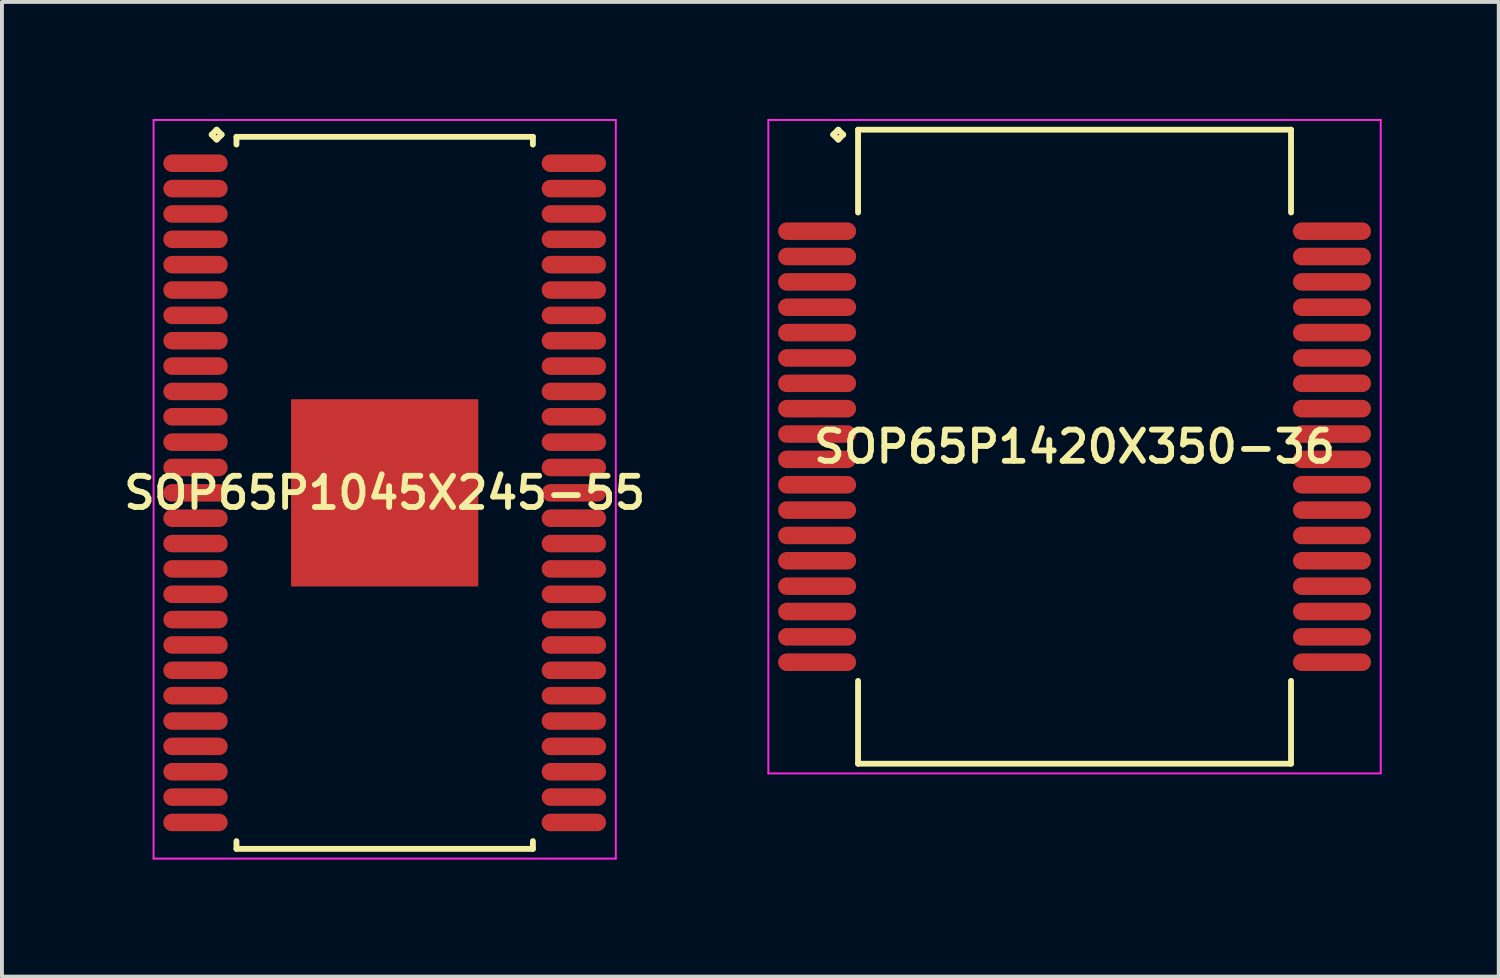
<source format=kicad_pcb>
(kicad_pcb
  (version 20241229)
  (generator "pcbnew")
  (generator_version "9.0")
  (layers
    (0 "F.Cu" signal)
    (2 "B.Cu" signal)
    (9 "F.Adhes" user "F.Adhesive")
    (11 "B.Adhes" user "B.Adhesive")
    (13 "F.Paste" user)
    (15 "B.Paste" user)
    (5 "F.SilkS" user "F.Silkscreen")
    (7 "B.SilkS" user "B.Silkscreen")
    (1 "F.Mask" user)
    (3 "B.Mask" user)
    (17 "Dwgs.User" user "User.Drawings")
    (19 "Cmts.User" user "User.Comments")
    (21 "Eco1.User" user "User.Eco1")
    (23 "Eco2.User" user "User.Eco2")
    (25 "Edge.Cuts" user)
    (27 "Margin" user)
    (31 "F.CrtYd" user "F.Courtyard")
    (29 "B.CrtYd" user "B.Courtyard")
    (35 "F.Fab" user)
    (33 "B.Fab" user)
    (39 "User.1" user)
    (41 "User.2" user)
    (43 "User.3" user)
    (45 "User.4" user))
  (footprint "SOP65P1420X350-36"
    (layer "F.Cu")
    (at 24.498 8.402)
    (property "Reference" "SOP65P1420X350-36" (at 0 0 0) (layer "F.SilkS") (effects (font (size 0.8 0.8) (thickness 0.15))))
    (attr smd)
    (fp_line (start -6.185 -8) (end -6.058 -8.127) (stroke (width 0.15) (type solid)) (layer "F.SilkS"))
    (fp_line (start -6.058 -8.127) (end -5.931 -8) (stroke (width 0.15) (type solid)) (layer "F.SilkS"))
    (fp_line (start -6.058 -7.873) (end -6.185 -8) (stroke (width 0.15) (type solid)) (layer "F.SilkS"))
    (fp_line (start -5.931 -8) (end -6.058 -7.873) (stroke (width 0.15) (type solid)) (layer "F.SilkS"))
    (fp_line (start -5.55 -8.127) (end 5.55 -8.127) (stroke (width 0.15) (type solid)) (layer "F.SilkS"))
    (fp_line (start -5.55 -6.004) (end -5.55 -8.127) (stroke (width 0.15) (type solid)) (layer "F.SilkS"))
    (fp_line (start -5.55 6.004) (end -5.55 8.127) (stroke (width 0.15) (type solid)) (layer "F.SilkS"))
    (fp_line (start -5.55 8.127) (end 5.55 8.127) (stroke (width 0.15) (type solid)) (layer "F.SilkS"))
    (fp_line (start 5.55 -8.127) (end 5.55 -6.004) (stroke (width 0.15) (type solid)) (layer "F.SilkS"))
    (fp_line (start 5.55 8.127) (end 5.55 6.004) (stroke (width 0.15) (type solid)) (layer "F.SilkS"))
    (fp_line (start -7.85 -8.377) (end 7.85 -8.377) (stroke (width 0.05) (type solid)) (layer "F.CrtYd"))
    (fp_line (start -7.85 8.377) (end -7.85 -8.377) (stroke (width 0.05) (type solid)) (layer "F.CrtYd"))
    (fp_line (start 7.85 -8.377) (end 7.85 8.377) (stroke (width 0.05) (type solid)) (layer "F.CrtYd"))
    (fp_line (start 7.85 8.377) (end -7.85 8.377) (stroke (width 0.05) (type solid)) (layer "F.CrtYd"))
    (pad "1" smd oval (at -6.6 -5.525) (size 2 0.45) (layers "F.Cu" "F.Mask" "F.Paste"))
    (pad "2" smd oval (at -6.6 -4.875) (size 2 0.45) (layers "F.Cu" "F.Mask" "F.Paste"))
    (pad "3" smd oval (at -6.6 -4.225) (size 2 0.45) (layers "F.Cu" "F.Mask" "F.Paste"))
    (pad "4" smd oval (at -6.6 -3.575) (size 2 0.45) (layers "F.Cu" "F.Mask" "F.Paste"))
    (pad "5" smd oval (at -6.6 -2.925) (size 2 0.45) (layers "F.Cu" "F.Mask" "F.Paste"))
    (pad "6" smd oval (at -6.6 -2.275) (size 2 0.45) (layers "F.Cu" "F.Mask" "F.Paste"))
    (pad "7" smd oval (at -6.6 -1.625) (size 2 0.45) (layers "F.Cu" "F.Mask" "F.Paste"))
    (pad "8" smd oval (at -6.6 -0.975) (size 2 0.45) (layers "F.Cu" "F.Mask" "F.Paste"))
    (pad "9" smd oval (at -6.6 -0.325) (size 2 0.45) (layers "F.Cu" "F.Mask" "F.Paste"))
    (pad "10" smd oval (at -6.6 0.325) (size 2 0.45) (layers "F.Cu" "F.Mask" "F.Paste"))
    (pad "11" smd oval (at -6.6 0.975) (size 2 0.45) (layers "F.Cu" "F.Mask" "F.Paste"))
    (pad "12" smd oval (at -6.6 1.625) (size 2 0.45) (layers "F.Cu" "F.Mask" "F.Paste"))
    (pad "13" smd oval (at -6.6 2.275) (size 2 0.45) (layers "F.Cu" "F.Mask" "F.Paste"))
    (pad "14" smd oval (at -6.6 2.925) (size 2 0.45) (layers "F.Cu" "F.Mask" "F.Paste"))
    (pad "15" smd oval (at -6.6 3.575) (size 2 0.45) (layers "F.Cu" "F.Mask" "F.Paste"))
    (pad "16" smd oval (at -6.6 4.225) (size 2 0.45) (layers "F.Cu" "F.Mask" "F.Paste"))
    (pad "17" smd oval (at -6.6 4.875) (size 2 0.45) (layers "F.Cu" "F.Mask" "F.Paste"))
    (pad "18" smd oval (at -6.6 5.525) (size 2 0.45) (layers "F.Cu" "F.Mask" "F.Paste"))
    (pad "19" smd oval (at 6.6 5.525) (size 2 0.45) (layers "F.Cu" "F.Mask" "F.Paste"))
    (pad "20" smd oval (at 6.6 4.875) (size 2 0.45) (layers "F.Cu" "F.Mask" "F.Paste"))
    (pad "21" smd oval (at 6.6 4.225) (size 2 0.45) (layers "F.Cu" "F.Mask" "F.Paste"))
    (pad "22" smd oval (at 6.6 3.575) (size 2 0.45) (layers "F.Cu" "F.Mask" "F.Paste"))
    (pad "23" smd oval (at 6.6 2.925) (size 2 0.45) (layers "F.Cu" "F.Mask" "F.Paste"))
    (pad "24" smd oval (at 6.6 2.275) (size 2 0.45) (layers "F.Cu" "F.Mask" "F.Paste"))
    (pad "25" smd oval (at 6.6 1.625) (size 2 0.45) (layers "F.Cu" "F.Mask" "F.Paste"))
    (pad "26" smd oval (at 6.6 0.975) (size 2 0.45) (layers "F.Cu" "F.Mask" "F.Paste"))
    (pad "27" smd oval (at 6.6 0.325) (size 2 0.45) (layers "F.Cu" "F.Mask" "F.Paste"))
    (pad "28" smd oval (at 6.6 -0.325) (size 2 0.45) (layers "F.Cu" "F.Mask" "F.Paste"))
    (pad "29" smd oval (at 6.6 -0.975) (size 2 0.45) (layers "F.Cu" "F.Mask" "F.Paste"))
    (pad "30" smd oval (at 6.6 -1.625) (size 2 0.45) (layers "F.Cu" "F.Mask" "F.Paste"))
    (pad "31" smd oval (at 6.6 -2.275) (size 2 0.45) (layers "F.Cu" "F.Mask" "F.Paste"))
    (pad "32" smd oval (at 6.6 -2.925) (size 2 0.45) (layers "F.Cu" "F.Mask" "F.Paste"))
    (pad "33" smd oval (at 6.6 -3.575) (size 2 0.45) (layers "F.Cu" "F.Mask" "F.Paste"))
    (pad "34" smd oval (at 6.6 -4.225) (size 2 0.45) (layers "F.Cu" "F.Mask" "F.Paste"))
    (pad "35" smd oval (at 6.6 -4.875) (size 2 0.45) (layers "F.Cu" "F.Mask" "F.Paste"))
    (pad "36" smd oval (at 6.6 -5.525) (size 2 0.45) (layers "F.Cu" "F.Mask" "F.Paste")))
  (footprint "SOP65P1045X245-55"
    (layer "F.Cu")
    (at 6.812 9.585)
    (property "Reference" "SOP65P1045X245-55" (at 0 0 0) (layer "F.SilkS") (effects (font (size 0.8 0.8) (thickness 0.15))))
    (attr smd)
    (fp_line (start -4.435 -9.183) (end -4.308 -9.31) (stroke (width 0.15) (type solid)) (layer "F.SilkS"))
    (fp_line (start -4.308 -9.31) (end -4.181 -9.183) (stroke (width 0.15) (type solid)) (layer "F.SilkS"))
    (fp_line (start -4.308 -9.056) (end -4.435 -9.183) (stroke (width 0.15) (type solid)) (layer "F.SilkS"))
    (fp_line (start -4.181 -9.183) (end -4.308 -9.056) (stroke (width 0.15) (type solid)) (layer "F.SilkS"))
    (fp_line (start -3.8 -9.127) (end 3.8 -9.127) (stroke (width 0.15) (type solid)) (layer "F.SilkS"))
    (fp_line (start -3.8 -8.929) (end -3.8 -9.127) (stroke (width 0.15) (type solid)) (layer "F.SilkS"))
    (fp_line (start -3.8 8.929) (end -3.8 9.127) (stroke (width 0.15) (type solid)) (layer "F.SilkS"))
    (fp_line (start -3.8 9.127) (end 3.8 9.127) (stroke (width 0.15) (type solid)) (layer "F.SilkS"))
    (fp_line (start 3.8 -9.127) (end 3.8 -8.929) (stroke (width 0.15) (type solid)) (layer "F.SilkS"))
    (fp_line (start 3.8 9.127) (end 3.8 8.929) (stroke (width 0.15) (type solid)) (layer "F.SilkS"))
    (fp_line (start -5.925 -9.56) (end 5.925 -9.56) (stroke (width 0.05) (type solid)) (layer "F.CrtYd"))
    (fp_line (start -5.925 9.377) (end -5.925 -9.56) (stroke (width 0.05) (type solid)) (layer "F.CrtYd"))
    (fp_line (start 5.925 -9.56) (end 5.925 9.377) (stroke (width 0.05) (type solid)) (layer "F.CrtYd"))
    (fp_line (start 5.925 9.377) (end -5.925 9.377) (stroke (width 0.05) (type solid)) (layer "F.CrtYd"))
    (pad "1" smd oval (at -4.85 -8.45) (size 1.65 0.45) (layers "F.Cu" "F.Mask" "F.Paste"))
    (pad "2" smd oval (at -4.85 -7.8) (size 1.65 0.45) (layers "F.Cu" "F.Mask" "F.Paste"))
    (pad "3" smd oval (at -4.85 -7.15) (size 1.65 0.45) (layers "F.Cu" "F.Mask" "F.Paste"))
    (pad "4" smd oval (at -4.85 -6.5) (size 1.65 0.45) (layers "F.Cu" "F.Mask" "F.Paste"))
    (pad "5" smd oval (at -4.85 -5.85) (size 1.65 0.45) (layers "F.Cu" "F.Mask" "F.Paste"))
    (pad "6" smd oval (at -4.85 -5.2) (size 1.65 0.45) (layers "F.Cu" "F.Mask" "F.Paste"))
    (pad "7" smd oval (at -4.85 -4.55) (size 1.65 0.45) (layers "F.Cu" "F.Mask" "F.Paste"))
    (pad "8" smd oval (at -4.85 -3.9) (size 1.65 0.45) (layers "F.Cu" "F.Mask" "F.Paste"))
    (pad "9" smd oval (at -4.85 -3.25) (size 1.65 0.45) (layers "F.Cu" "F.Mask" "F.Paste"))
    (pad "10" smd oval (at -4.85 -2.6) (size 1.65 0.45) (layers "F.Cu" "F.Mask" "F.Paste"))
    (pad "11" smd oval (at -4.85 -1.95) (size 1.65 0.45) (layers "F.Cu" "F.Mask" "F.Paste"))
    (pad "12" smd oval (at -4.85 -1.3) (size 1.65 0.45) (layers "F.Cu" "F.Mask" "F.Paste"))
    (pad "13" smd oval (at -4.85 -0.65) (size 1.65 0.45) (layers "F.Cu" "F.Mask" "F.Paste"))
    (pad "14" smd oval (at -4.85 0) (size 1.65 0.45) (layers "F.Cu" "F.Mask" "F.Paste"))
    (pad "15" smd oval (at -4.85 0.65) (size 1.65 0.45) (layers "F.Cu" "F.Mask" "F.Paste"))
    (pad "16" smd oval (at -4.85 1.3) (size 1.65 0.45) (layers "F.Cu" "F.Mask" "F.Paste"))
    (pad "17" smd oval (at -4.85 1.95) (size 1.65 0.45) (layers "F.Cu" "F.Mask" "F.Paste"))
    (pad "18" smd oval (at -4.85 2.6) (size 1.65 0.45) (layers "F.Cu" "F.Mask" "F.Paste"))
    (pad "19" smd oval (at -4.85 3.25) (size 1.65 0.45) (layers "F.Cu" "F.Mask" "F.Paste"))
    (pad "20" smd oval (at -4.85 3.9) (size 1.65 0.45) (layers "F.Cu" "F.Mask" "F.Paste"))
    (pad "21" smd oval (at -4.85 4.55) (size 1.65 0.45) (layers "F.Cu" "F.Mask" "F.Paste"))
    (pad "22" smd oval (at -4.85 5.2) (size 1.65 0.45) (layers "F.Cu" "F.Mask" "F.Paste"))
    (pad "23" smd oval (at -4.85 5.85) (size 1.65 0.45) (layers "F.Cu" "F.Mask" "F.Paste"))
    (pad "24" smd oval (at -4.85 6.5) (size 1.65 0.45) (layers "F.Cu" "F.Mask" "F.Paste"))
    (pad "25" smd oval (at -4.85 7.15) (size 1.65 0.45) (layers "F.Cu" "F.Mask" "F.Paste"))
    (pad "26" smd oval (at -4.85 7.8) (size 1.65 0.45) (layers "F.Cu" "F.Mask" "F.Paste"))
    (pad "27" smd oval (at -4.85 8.45) (size 1.65 0.45) (layers "F.Cu" "F.Mask" "F.Paste"))
    (pad "28" smd oval (at 4.85 8.45) (size 1.65 0.45) (layers "F.Cu" "F.Mask" "F.Paste"))
    (pad "29" smd oval (at 4.85 7.8) (size 1.65 0.45) (layers "F.Cu" "F.Mask" "F.Paste"))
    (pad "30" smd oval (at 4.85 7.15) (size 1.65 0.45) (layers "F.Cu" "F.Mask" "F.Paste"))
    (pad "31" smd oval (at 4.85 6.5) (size 1.65 0.45) (layers "F.Cu" "F.Mask" "F.Paste"))
    (pad "32" smd oval (at 4.85 5.85) (size 1.65 0.45) (layers "F.Cu" "F.Mask" "F.Paste"))
    (pad "33" smd oval (at 4.85 5.2) (size 1.65 0.45) (layers "F.Cu" "F.Mask" "F.Paste"))
    (pad "34" smd oval (at 4.85 4.55) (size 1.65 0.45) (layers "F.Cu" "F.Mask" "F.Paste"))
    (pad "35" smd oval (at 4.85 3.9) (size 1.65 0.45) (layers "F.Cu" "F.Mask" "F.Paste"))
    (pad "36" smd oval (at 4.85 3.25) (size 1.65 0.45) (layers "F.Cu" "F.Mask" "F.Paste"))
    (pad "37" smd oval (at 4.85 2.6) (size 1.65 0.45) (layers "F.Cu" "F.Mask" "F.Paste"))
    (pad "38" smd oval (at 4.85 1.95) (size 1.65 0.45) (layers "F.Cu" "F.Mask" "F.Paste"))
    (pad "39" smd oval (at 4.85 1.3) (size 1.65 0.45) (layers "F.Cu" "F.Mask" "F.Paste"))
    (pad "40" smd oval (at 4.85 0.65) (size 1.65 0.45) (layers "F.Cu" "F.Mask" "F.Paste"))
    (pad "41" smd oval (at 4.85 0) (size 1.65 0.45) (layers "F.Cu" "F.Mask" "F.Paste"))
    (pad "42" smd oval (at 4.85 -0.65) (size 1.65 0.45) (layers "F.Cu" "F.Mask" "F.Paste"))
    (pad "43" smd oval (at 4.85 -1.3) (size 1.65 0.45) (layers "F.Cu" "F.Mask" "F.Paste"))
    (pad "44" smd oval (at 4.85 -1.95) (size 1.65 0.45) (layers "F.Cu" "F.Mask" "F.Paste"))
    (pad "45" smd oval (at 4.85 -2.6) (size 1.65 0.45) (layers "F.Cu" "F.Mask" "F.Paste"))
    (pad "46" smd oval (at 4.85 -3.25) (size 1.65 0.45) (layers "F.Cu" "F.Mask" "F.Paste"))
    (pad "47" smd oval (at 4.85 -3.9) (size 1.65 0.45) (layers "F.Cu" "F.Mask" "F.Paste"))
    (pad "48" smd oval (at 4.85 -4.55) (size 1.65 0.45) (layers "F.Cu" "F.Mask" "F.Paste"))
    (pad "49" smd oval (at 4.85 -5.2) (size 1.65 0.45) (layers "F.Cu" "F.Mask" "F.Paste"))
    (pad "50" smd oval (at 4.85 -5.85) (size 1.65 0.45) (layers "F.Cu" "F.Mask" "F.Paste"))
    (pad "51" smd oval (at 4.85 -6.5) (size 1.65 0.45) (layers "F.Cu" "F.Mask" "F.Paste"))
    (pad "52" smd oval (at 4.85 -7.15) (size 1.65 0.45) (layers "F.Cu" "F.Mask" "F.Paste"))
    (pad "53" smd oval (at 4.85 -7.8) (size 1.65 0.45) (layers "F.Cu" "F.Mask" "F.Paste"))
    (pad "54" smd oval (at 4.85 -8.45) (size 1.65 0.45) (layers "F.Cu" "F.Mask" "F.Paste"))
    (pad "55" smd rect (at 0 0) (size 4.8 4.8) (layers "F.Cu" "F.Mask" "F.Paste")))
  (gr_rect
    (start -3 -3)
    (end 35.373 21.987)
    (stroke (width 0.1) (type default))
    (fill no)
    (layer "Edge.Cuts")))
</source>
